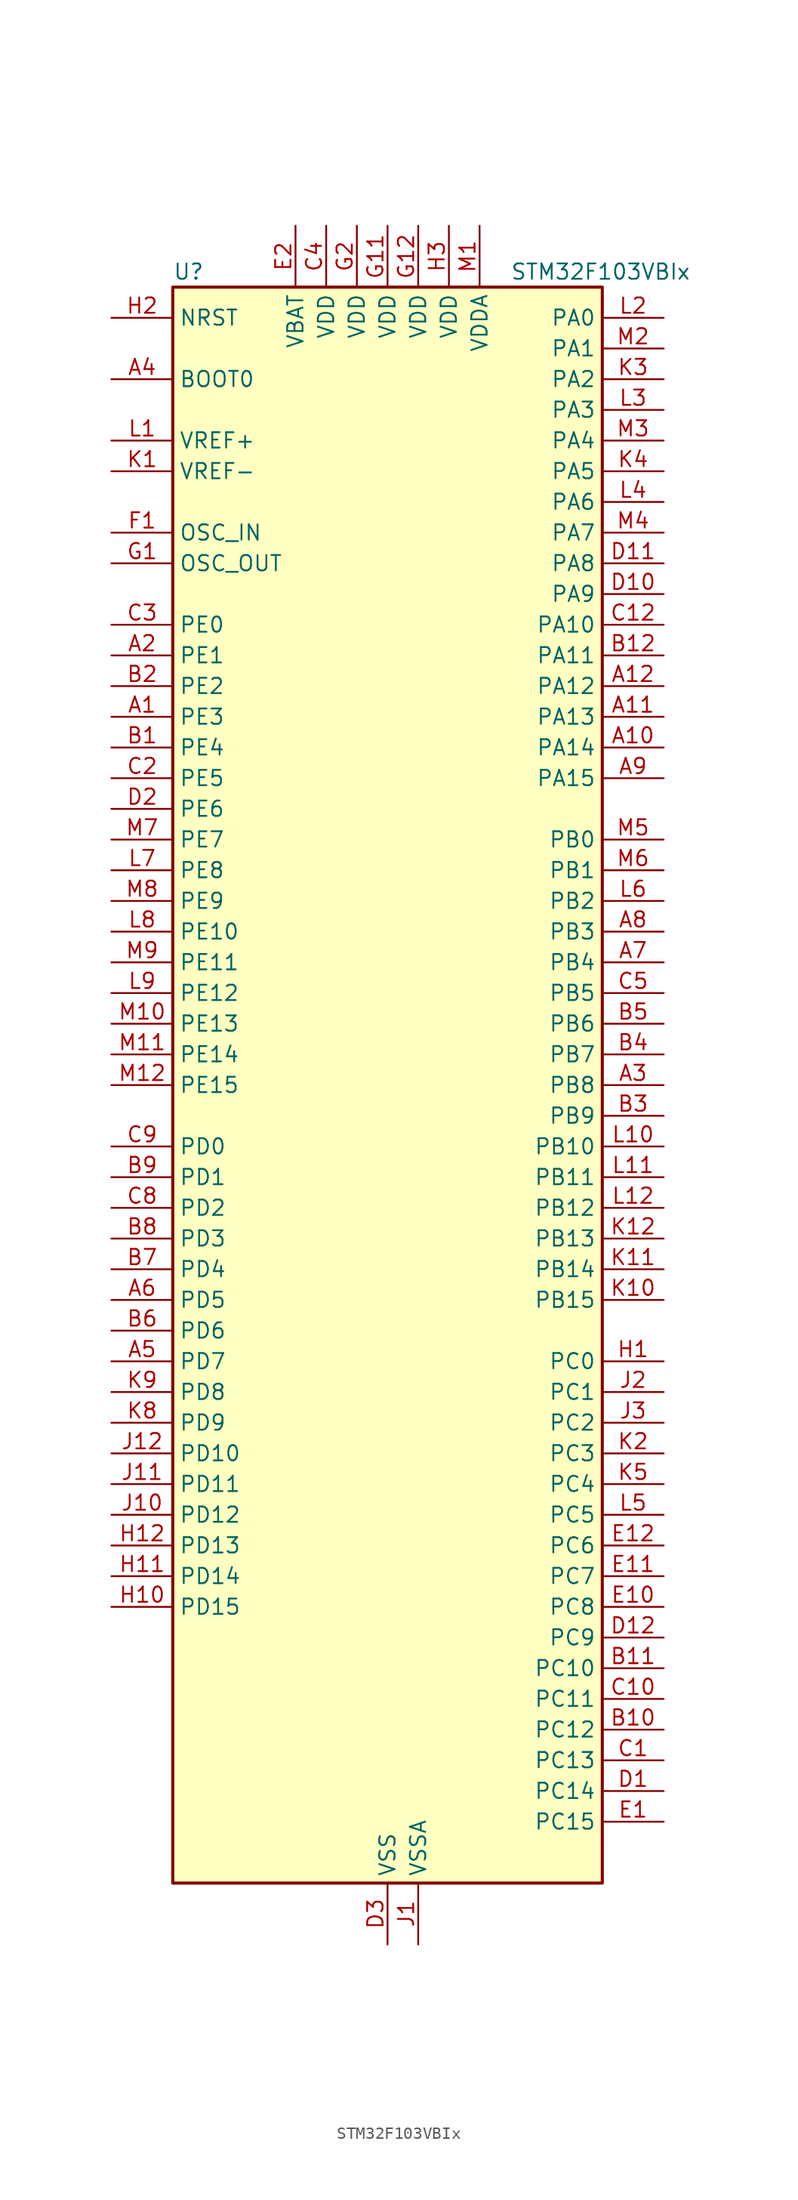
<source format=kicad_sym>
(kicad_symbol_lib
  (version 20220914)
  (generator kicad_symbol_editor)
  (symbol "STM32F103VBIx"
    (property "Reference" "U"
      (at -17.78 67.31 0)
      (effects (font (size 1.27 1.27)) (justify left)))
    (property "Value" "STM32F103VBIx"
      (at 10.16 67.31 0)
      (effects (font (size 1.27 1.27)) (justify left)))
    (property "ki_locked" ""
      (at 0 0 0)
      (effects (font (size 1.27 1.27))))
    (symbol "STM32F103VBIx_0_1"
      (rectangle (start -17.78 -66.04) (end 17.78 66.04) (stroke (width 0.254) (type default)) (fill (type background))))
    (symbol "STM32F103VBIx_1_1"
      (pin bidirectional line (at -22.86 30.48 0) (length 5.08) (name "PE3" (effects (font (size 1.27 1.27)))) (number "A1" (effects (font (size 1.27 1.27)))) (alternate "SYS_TRACED0" bidirectional line))
      (pin bidirectional line (at 22.86 27.94 180) (length 5.08) (name "PA14" (effects (font (size 1.27 1.27)))) (number "A10" (effects (font (size 1.27 1.27)))) (alternate "SYS_JTCK-SWCLK" bidirectional line))
      (pin bidirectional line (at 22.86 30.48 180) (length 5.08) (name "PA13" (effects (font (size 1.27 1.27)))) (number "A11" (effects (font (size 1.27 1.27)))) (alternate "SYS_JTMS-SWDIO" bidirectional line))
      (pin bidirectional line (at 22.86 33.02 180) (length 5.08) (name "PA12" (effects (font (size 1.27 1.27)))) (number "A12" (effects (font (size 1.27 1.27)))) (alternate "CAN_TX" bidirectional line) (alternate "TIM1_ETR" bidirectional line) (alternate "USART1_RTS" bidirectional line) (alternate "USB_DP" bidirectional line))
      (pin bidirectional line (at -22.86 35.56 0) (length 5.08) (name "PE1" (effects (font (size 1.27 1.27)))) (number "A2" (effects (font (size 1.27 1.27)))))
      (pin bidirectional line (at 22.86 0 180) (length 5.08) (name "PB8" (effects (font (size 1.27 1.27)))) (number "A3" (effects (font (size 1.27 1.27)))) (alternate "CAN_RX" bidirectional line) (alternate "I2C1_SCL" bidirectional line) (alternate "TIM4_CH3" bidirectional line))
      (pin input line (at -22.86 58.42 0) (length 5.08) (name "BOOT0" (effects (font (size 1.27 1.27)))) (number "A4" (effects (font (size 1.27 1.27)))))
      (pin bidirectional line (at -22.86 -22.86 0) (length 5.08) (name "PD7" (effects (font (size 1.27 1.27)))) (number "A5" (effects (font (size 1.27 1.27)))) (alternate "USART2_CK" bidirectional line))
      (pin bidirectional line (at -22.86 -17.78 0) (length 5.08) (name "PD5" (effects (font (size 1.27 1.27)))) (number "A6" (effects (font (size 1.27 1.27)))) (alternate "USART2_TX" bidirectional line))
      (pin bidirectional line (at 22.86 10.16 180) (length 5.08) (name "PB4" (effects (font (size 1.27 1.27)))) (number "A7" (effects (font (size 1.27 1.27)))) (alternate "SPI1_MISO" bidirectional line) (alternate "SYS_NJTRST" bidirectional line) (alternate "TIM3_CH1" bidirectional line))
      (pin bidirectional line (at 22.86 12.7 180) (length 5.08) (name "PB3" (effects (font (size 1.27 1.27)))) (number "A8" (effects (font (size 1.27 1.27)))) (alternate "SPI1_SCK" bidirectional line) (alternate "SYS_JTDO-TRACESWO" bidirectional line) (alternate "TIM2_CH2" bidirectional line))
      (pin bidirectional line (at 22.86 25.4 180) (length 5.08) (name "PA15" (effects (font (size 1.27 1.27)))) (number "A9" (effects (font (size 1.27 1.27)))) (alternate "ADC1_EXTI15" bidirectional line) (alternate "ADC2_EXTI15" bidirectional line) (alternate "SPI1_NSS" bidirectional line) (alternate "SYS_JTDI" bidirectional line) (alternate "TIM2_CH1" bidirectional line) (alternate "TIM2_ETR" bidirectional line))
      (pin bidirectional line (at -22.86 27.94 0) (length 5.08) (name "PE4" (effects (font (size 1.27 1.27)))) (number "B1" (effects (font (size 1.27 1.27)))) (alternate "SYS_TRACED1" bidirectional line))
      (pin bidirectional line (at 22.86 -53.34 180) (length 5.08) (name "PC12" (effects (font (size 1.27 1.27)))) (number "B10" (effects (font (size 1.27 1.27)))) (alternate "USART3_CK" bidirectional line))
      (pin bidirectional line (at 22.86 -48.26 180) (length 5.08) (name "PC10" (effects (font (size 1.27 1.27)))) (number "B11" (effects (font (size 1.27 1.27)))) (alternate "USART3_TX" bidirectional line))
      (pin bidirectional line (at 22.86 35.56 180) (length 5.08) (name "PA11" (effects (font (size 1.27 1.27)))) (number "B12" (effects (font (size 1.27 1.27)))) (alternate "ADC1_EXTI11" bidirectional line) (alternate "ADC2_EXTI11" bidirectional line) (alternate "CAN_RX" bidirectional line) (alternate "TIM1_CH4" bidirectional line) (alternate "USART1_CTS" bidirectional line) (alternate "USB_DM" bidirectional line))
      (pin bidirectional line (at -22.86 33.02 0) (length 5.08) (name "PE2" (effects (font (size 1.27 1.27)))) (number "B2" (effects (font (size 1.27 1.27)))) (alternate "SYS_TRACECLK" bidirectional line))
      (pin bidirectional line (at 22.86 -2.54 180) (length 5.08) (name "PB9" (effects (font (size 1.27 1.27)))) (number "B3" (effects (font (size 1.27 1.27)))) (alternate "CAN_TX" bidirectional line) (alternate "I2C1_SDA" bidirectional line) (alternate "TIM4_CH4" bidirectional line))
      (pin bidirectional line (at 22.86 2.54 180) (length 5.08) (name "PB7" (effects (font (size 1.27 1.27)))) (number "B4" (effects (font (size 1.27 1.27)))) (alternate "I2C1_SDA" bidirectional line) (alternate "TIM4_CH2" bidirectional line) (alternate "USART1_RX" bidirectional line))
      (pin bidirectional line (at 22.86 5.08 180) (length 5.08) (name "PB6" (effects (font (size 1.27 1.27)))) (number "B5" (effects (font (size 1.27 1.27)))) (alternate "I2C1_SCL" bidirectional line) (alternate "TIM4_CH1" bidirectional line) (alternate "USART1_TX" bidirectional line))
      (pin bidirectional line (at -22.86 -20.32 0) (length 5.08) (name "PD6" (effects (font (size 1.27 1.27)))) (number "B6" (effects (font (size 1.27 1.27)))) (alternate "USART2_RX" bidirectional line))
      (pin bidirectional line (at -22.86 -15.24 0) (length 5.08) (name "PD4" (effects (font (size 1.27 1.27)))) (number "B7" (effects (font (size 1.27 1.27)))) (alternate "USART2_RTS" bidirectional line))
      (pin bidirectional line (at -22.86 -12.7 0) (length 5.08) (name "PD3" (effects (font (size 1.27 1.27)))) (number "B8" (effects (font (size 1.27 1.27)))) (alternate "USART2_CTS" bidirectional line))
      (pin bidirectional line (at -22.86 -7.62 0) (length 5.08) (name "PD1" (effects (font (size 1.27 1.27)))) (number "B9" (effects (font (size 1.27 1.27)))) (alternate "CAN_TX" bidirectional line))
      (pin bidirectional line (at 22.86 -55.88 180) (length 5.08) (name "PC13" (effects (font (size 1.27 1.27)))) (number "C1" (effects (font (size 1.27 1.27)))) (alternate "RTC_OUT" bidirectional line) (alternate "RTC_TAMPER" bidirectional line))
      (pin bidirectional line (at 22.86 -50.8 180) (length 5.08) (name "PC11" (effects (font (size 1.27 1.27)))) (number "C10" (effects (font (size 1.27 1.27)))) (alternate "ADC1_EXTI11" bidirectional line) (alternate "ADC2_EXTI11" bidirectional line) (alternate "USART3_RX" bidirectional line))
      (pin no_connect line (at -17.78 -66.04 0) (length 5.08) hide (name "NC" (effects (font (size 1.27 1.27)))) (number "C11" (effects (font (size 1.27 1.27)))))
      (pin bidirectional line (at 22.86 38.1 180) (length 5.08) (name "PA10" (effects (font (size 1.27 1.27)))) (number "C12" (effects (font (size 1.27 1.27)))) (alternate "TIM1_CH3" bidirectional line) (alternate "USART1_RX" bidirectional line))
      (pin bidirectional line (at -22.86 25.4 0) (length 5.08) (name "PE5" (effects (font (size 1.27 1.27)))) (number "C2" (effects (font (size 1.27 1.27)))) (alternate "SYS_TRACED2" bidirectional line))
      (pin bidirectional line (at -22.86 38.1 0) (length 5.08) (name "PE0" (effects (font (size 1.27 1.27)))) (number "C3" (effects (font (size 1.27 1.27)))) (alternate "TIM4_ETR" bidirectional line))
      (pin power_in line (at -5.08 71.12 270) (length 5.08) (name "VDD" (effects (font (size 1.27 1.27)))) (number "C4" (effects (font (size 1.27 1.27)))))
      (pin bidirectional line (at 22.86 7.62 180) (length 5.08) (name "PB5" (effects (font (size 1.27 1.27)))) (number "C5" (effects (font (size 1.27 1.27)))) (alternate "I2C1_SMBA" bidirectional line) (alternate "SPI1_MOSI" bidirectional line) (alternate "TIM3_CH2" bidirectional line))
      (pin bidirectional line (at -22.86 -10.16 0) (length 5.08) (name "PD2" (effects (font (size 1.27 1.27)))) (number "C8" (effects (font (size 1.27 1.27)))) (alternate "TIM3_ETR" bidirectional line))
      (pin bidirectional line (at -22.86 -5.08 0) (length 5.08) (name "PD0" (effects (font (size 1.27 1.27)))) (number "C9" (effects (font (size 1.27 1.27)))) (alternate "CAN_RX" bidirectional line))
      (pin bidirectional line (at 22.86 -58.42 180) (length 5.08) (name "PC14" (effects (font (size 1.27 1.27)))) (number "D1" (effects (font (size 1.27 1.27)))) (alternate "RCC_OSC32_IN" bidirectional line))
      (pin bidirectional line (at 22.86 40.64 180) (length 5.08) (name "PA9" (effects (font (size 1.27 1.27)))) (number "D10" (effects (font (size 1.27 1.27)))) (alternate "TIM1_CH2" bidirectional line) (alternate "USART1_TX" bidirectional line))
      (pin bidirectional line (at 22.86 43.18 180) (length 5.08) (name "PA8" (effects (font (size 1.27 1.27)))) (number "D11" (effects (font (size 1.27 1.27)))) (alternate "RCC_MCO" bidirectional line) (alternate "TIM1_CH1" bidirectional line) (alternate "USART1_CK" bidirectional line))
      (pin bidirectional line (at 22.86 -45.72 180) (length 5.08) (name "PC9" (effects (font (size 1.27 1.27)))) (number "D12" (effects (font (size 1.27 1.27)))) (alternate "TIM3_CH4" bidirectional line))
      (pin bidirectional line (at -22.86 22.86 0) (length 5.08) (name "PE6" (effects (font (size 1.27 1.27)))) (number "D2" (effects (font (size 1.27 1.27)))) (alternate "SYS_TRACED3" bidirectional line))
      (pin power_in line (at 0 -71.12 90) (length 5.08) (name "VSS" (effects (font (size 1.27 1.27)))) (number "D3" (effects (font (size 1.27 1.27)))))
      (pin bidirectional line (at 22.86 -60.96 180) (length 5.08) (name "PC15" (effects (font (size 1.27 1.27)))) (number "E1" (effects (font (size 1.27 1.27)))) (alternate "ADC1_EXTI15" bidirectional line) (alternate "ADC2_EXTI15" bidirectional line) (alternate "RCC_OSC32_OUT" bidirectional line))
      (pin bidirectional line (at 22.86 -43.18 180) (length 5.08) (name "PC8" (effects (font (size 1.27 1.27)))) (number "E10" (effects (font (size 1.27 1.27)))) (alternate "TIM3_CH3" bidirectional line))
      (pin bidirectional line (at 22.86 -40.64 180) (length 5.08) (name "PC7" (effects (font (size 1.27 1.27)))) (number "E11" (effects (font (size 1.27 1.27)))) (alternate "TIM3_CH2" bidirectional line))
      (pin bidirectional line (at 22.86 -38.1 180) (length 5.08) (name "PC6" (effects (font (size 1.27 1.27)))) (number "E12" (effects (font (size 1.27 1.27)))) (alternate "TIM3_CH1" bidirectional line))
      (pin power_in line (at -7.62 71.12 270) (length 5.08) (name "VBAT" (effects (font (size 1.27 1.27)))) (number "E2" (effects (font (size 1.27 1.27)))))
      (pin passive line (at 0 -71.12 90) (length 5.08) hide (name "VSS" (effects (font (size 1.27 1.27)))) (number "E3" (effects (font (size 1.27 1.27)))))
      (pin input line (at -22.86 45.72 0) (length 5.08) (name "OSC_IN" (effects (font (size 1.27 1.27)))) (number "F1" (effects (font (size 1.27 1.27)))) (alternate "RCC_OSC_IN" bidirectional line))
      (pin passive line (at 0 -71.12 90) (length 5.08) hide (name "VSS" (effects (font (size 1.27 1.27)))) (number "F11" (effects (font (size 1.27 1.27)))))
      (pin passive line (at 0 -71.12 90) (length 5.08) hide (name "VSS" (effects (font (size 1.27 1.27)))) (number "F12" (effects (font (size 1.27 1.27)))))
      (pin passive line (at 0 -71.12 90) (length 5.08) hide (name "VSS" (effects (font (size 1.27 1.27)))) (number "F2" (effects (font (size 1.27 1.27)))))
      (pin input line (at -22.86 43.18 0) (length 5.08) (name "OSC_OUT" (effects (font (size 1.27 1.27)))) (number "G1" (effects (font (size 1.27 1.27)))) (alternate "RCC_OSC_OUT" bidirectional line))
      (pin power_in line (at 0 71.12 270) (length 5.08) (name "VDD" (effects (font (size 1.27 1.27)))) (number "G11" (effects (font (size 1.27 1.27)))))
      (pin power_in line (at 2.54 71.12 270) (length 5.08) (name "VDD" (effects (font (size 1.27 1.27)))) (number "G12" (effects (font (size 1.27 1.27)))))
      (pin power_in line (at -2.54 71.12 270) (length 5.08) (name "VDD" (effects (font (size 1.27 1.27)))) (number "G2" (effects (font (size 1.27 1.27)))))
      (pin bidirectional line (at 22.86 -22.86 180) (length 5.08) (name "PC0" (effects (font (size 1.27 1.27)))) (number "H1" (effects (font (size 1.27 1.27)))) (alternate "ADC1_IN10" bidirectional line) (alternate "ADC2_IN10" bidirectional line))
      (pin bidirectional line (at -22.86 -43.18 0) (length 5.08) (name "PD15" (effects (font (size 1.27 1.27)))) (number "H10" (effects (font (size 1.27 1.27)))) (alternate "ADC1_EXTI15" bidirectional line) (alternate "ADC2_EXTI15" bidirectional line) (alternate "TIM4_CH4" bidirectional line))
      (pin bidirectional line (at -22.86 -40.64 0) (length 5.08) (name "PD14" (effects (font (size 1.27 1.27)))) (number "H11" (effects (font (size 1.27 1.27)))) (alternate "TIM4_CH3" bidirectional line))
      (pin bidirectional line (at -22.86 -38.1 0) (length 5.08) (name "PD13" (effects (font (size 1.27 1.27)))) (number "H12" (effects (font (size 1.27 1.27)))) (alternate "TIM4_CH2" bidirectional line))
      (pin input line (at -22.86 63.5 0) (length 5.08) (name "NRST" (effects (font (size 1.27 1.27)))) (number "H2" (effects (font (size 1.27 1.27)))))
      (pin power_in line (at 5.08 71.12 270) (length 5.08) (name "VDD" (effects (font (size 1.27 1.27)))) (number "H3" (effects (font (size 1.27 1.27)))))
      (pin power_in line (at 2.54 -71.12 90) (length 5.08) (name "VSSA" (effects (font (size 1.27 1.27)))) (number "J1" (effects (font (size 1.27 1.27)))))
      (pin bidirectional line (at -22.86 -35.56 0) (length 5.08) (name "PD12" (effects (font (size 1.27 1.27)))) (number "J10" (effects (font (size 1.27 1.27)))) (alternate "TIM4_CH1" bidirectional line) (alternate "USART3_RTS" bidirectional line))
      (pin bidirectional line (at -22.86 -33.02 0) (length 5.08) (name "PD11" (effects (font (size 1.27 1.27)))) (number "J11" (effects (font (size 1.27 1.27)))) (alternate "ADC1_EXTI11" bidirectional line) (alternate "ADC2_EXTI11" bidirectional line) (alternate "USART3_CTS" bidirectional line))
      (pin bidirectional line (at -22.86 -30.48 0) (length 5.08) (name "PD10" (effects (font (size 1.27 1.27)))) (number "J12" (effects (font (size 1.27 1.27)))) (alternate "USART3_CK" bidirectional line))
      (pin bidirectional line (at 22.86 -25.4 180) (length 5.08) (name "PC1" (effects (font (size 1.27 1.27)))) (number "J2" (effects (font (size 1.27 1.27)))) (alternate "ADC1_IN11" bidirectional line) (alternate "ADC2_IN11" bidirectional line))
      (pin bidirectional line (at 22.86 -27.94 180) (length 5.08) (name "PC2" (effects (font (size 1.27 1.27)))) (number "J3" (effects (font (size 1.27 1.27)))) (alternate "ADC1_IN12" bidirectional line) (alternate "ADC2_IN12" bidirectional line))
      (pin input line (at -22.86 50.8 0) (length 5.08) (name "VREF-" (effects (font (size 1.27 1.27)))) (number "K1" (effects (font (size 1.27 1.27)))))
      (pin bidirectional line (at 22.86 -17.78 180) (length 5.08) (name "PB15" (effects (font (size 1.27 1.27)))) (number "K10" (effects (font (size 1.27 1.27)))) (alternate "ADC1_EXTI15" bidirectional line) (alternate "ADC2_EXTI15" bidirectional line) (alternate "SPI2_MOSI" bidirectional line) (alternate "TIM1_CH3N" bidirectional line))
      (pin bidirectional line (at 22.86 -15.24 180) (length 5.08) (name "PB14" (effects (font (size 1.27 1.27)))) (number "K11" (effects (font (size 1.27 1.27)))) (alternate "SPI2_MISO" bidirectional line) (alternate "TIM1_CH2N" bidirectional line) (alternate "USART3_RTS" bidirectional line))
      (pin bidirectional line (at 22.86 -12.7 180) (length 5.08) (name "PB13" (effects (font (size 1.27 1.27)))) (number "K12" (effects (font (size 1.27 1.27)))) (alternate "SPI2_SCK" bidirectional line) (alternate "TIM1_CH1N" bidirectional line) (alternate "USART3_CTS" bidirectional line))
      (pin bidirectional line (at 22.86 -30.48 180) (length 5.08) (name "PC3" (effects (font (size 1.27 1.27)))) (number "K2" (effects (font (size 1.27 1.27)))) (alternate "ADC1_IN13" bidirectional line) (alternate "ADC2_IN13" bidirectional line))
      (pin bidirectional line (at 22.86 58.42 180) (length 5.08) (name "PA2" (effects (font (size 1.27 1.27)))) (number "K3" (effects (font (size 1.27 1.27)))) (alternate "ADC1_IN2" bidirectional line) (alternate "ADC2_IN2" bidirectional line) (alternate "TIM2_CH3" bidirectional line) (alternate "USART2_TX" bidirectional line))
      (pin bidirectional line (at 22.86 50.8 180) (length 5.08) (name "PA5" (effects (font (size 1.27 1.27)))) (number "K4" (effects (font (size 1.27 1.27)))) (alternate "ADC1_IN5" bidirectional line) (alternate "ADC2_IN5" bidirectional line) (alternate "SPI1_SCK" bidirectional line))
      (pin bidirectional line (at 22.86 -33.02 180) (length 5.08) (name "PC4" (effects (font (size 1.27 1.27)))) (number "K5" (effects (font (size 1.27 1.27)))) (alternate "ADC1_IN14" bidirectional line) (alternate "ADC2_IN14" bidirectional line))
      (pin bidirectional line (at -22.86 -27.94 0) (length 5.08) (name "PD9" (effects (font (size 1.27 1.27)))) (number "K8" (effects (font (size 1.27 1.27)))) (alternate "USART3_RX" bidirectional line))
      (pin bidirectional line (at -22.86 -25.4 0) (length 5.08) (name "PD8" (effects (font (size 1.27 1.27)))) (number "K9" (effects (font (size 1.27 1.27)))) (alternate "USART3_TX" bidirectional line))
      (pin input line (at -22.86 53.34 0) (length 5.08) (name "VREF+" (effects (font (size 1.27 1.27)))) (number "L1" (effects (font (size 1.27 1.27)))))
      (pin bidirectional line (at 22.86 -5.08 180) (length 5.08) (name "PB10" (effects (font (size 1.27 1.27)))) (number "L10" (effects (font (size 1.27 1.27)))) (alternate "I2C2_SCL" bidirectional line) (alternate "TIM2_CH3" bidirectional line) (alternate "USART3_TX" bidirectional line))
      (pin bidirectional line (at 22.86 -7.62 180) (length 5.08) (name "PB11" (effects (font (size 1.27 1.27)))) (number "L11" (effects (font (size 1.27 1.27)))) (alternate "ADC1_EXTI11" bidirectional line) (alternate "ADC2_EXTI11" bidirectional line) (alternate "I2C2_SDA" bidirectional line) (alternate "TIM2_CH4" bidirectional line) (alternate "USART3_RX" bidirectional line))
      (pin bidirectional line (at 22.86 -10.16 180) (length 5.08) (name "PB12" (effects (font (size 1.27 1.27)))) (number "L12" (effects (font (size 1.27 1.27)))) (alternate "I2C2_SMBA" bidirectional line) (alternate "SPI2_NSS" bidirectional line) (alternate "TIM1_BKIN" bidirectional line) (alternate "USART3_CK" bidirectional line))
      (pin bidirectional line (at 22.86 63.5 180) (length 5.08) (name "PA0" (effects (font (size 1.27 1.27)))) (number "L2" (effects (font (size 1.27 1.27)))) (alternate "ADC1_IN0" bidirectional line) (alternate "ADC2_IN0" bidirectional line) (alternate "SYS_WKUP" bidirectional line) (alternate "TIM2_CH1" bidirectional line) (alternate "TIM2_ETR" bidirectional line) (alternate "USART2_CTS" bidirectional line))
      (pin bidirectional line (at 22.86 55.88 180) (length 5.08) (name "PA3" (effects (font (size 1.27 1.27)))) (number "L3" (effects (font (size 1.27 1.27)))) (alternate "ADC1_IN3" bidirectional line) (alternate "ADC2_IN3" bidirectional line) (alternate "TIM2_CH4" bidirectional line) (alternate "USART2_RX" bidirectional line))
      (pin bidirectional line (at 22.86 48.26 180) (length 5.08) (name "PA6" (effects (font (size 1.27 1.27)))) (number "L4" (effects (font (size 1.27 1.27)))) (alternate "ADC1_IN6" bidirectional line) (alternate "ADC2_IN6" bidirectional line) (alternate "SPI1_MISO" bidirectional line) (alternate "TIM1_BKIN" bidirectional line) (alternate "TIM3_CH1" bidirectional line))
      (pin bidirectional line (at 22.86 -35.56 180) (length 5.08) (name "PC5" (effects (font (size 1.27 1.27)))) (number "L5" (effects (font (size 1.27 1.27)))) (alternate "ADC1_IN15" bidirectional line) (alternate "ADC2_IN15" bidirectional line))
      (pin bidirectional line (at 22.86 15.24 180) (length 5.08) (name "PB2" (effects (font (size 1.27 1.27)))) (number "L6" (effects (font (size 1.27 1.27)))))
      (pin bidirectional line (at -22.86 17.78 0) (length 5.08) (name "PE8" (effects (font (size 1.27 1.27)))) (number "L7" (effects (font (size 1.27 1.27)))) (alternate "TIM1_CH1N" bidirectional line))
      (pin bidirectional line (at -22.86 12.7 0) (length 5.08) (name "PE10" (effects (font (size 1.27 1.27)))) (number "L8" (effects (font (size 1.27 1.27)))) (alternate "TIM1_CH2N" bidirectional line))
      (pin bidirectional line (at -22.86 7.62 0) (length 5.08) (name "PE12" (effects (font (size 1.27 1.27)))) (number "L9" (effects (font (size 1.27 1.27)))) (alternate "TIM1_CH3N" bidirectional line))
      (pin power_in line (at 7.62 71.12 270) (length 5.08) (name "VDDA" (effects (font (size 1.27 1.27)))) (number "M1" (effects (font (size 1.27 1.27)))))
      (pin bidirectional line (at -22.86 5.08 0) (length 5.08) (name "PE13" (effects (font (size 1.27 1.27)))) (number "M10" (effects (font (size 1.27 1.27)))) (alternate "TIM1_CH3" bidirectional line))
      (pin bidirectional line (at -22.86 2.54 0) (length 5.08) (name "PE14" (effects (font (size 1.27 1.27)))) (number "M11" (effects (font (size 1.27 1.27)))) (alternate "TIM1_CH4" bidirectional line))
      (pin bidirectional line (at -22.86 0 0) (length 5.08) (name "PE15" (effects (font (size 1.27 1.27)))) (number "M12" (effects (font (size 1.27 1.27)))) (alternate "ADC1_EXTI15" bidirectional line) (alternate "ADC2_EXTI15" bidirectional line) (alternate "TIM1_BKIN" bidirectional line))
      (pin bidirectional line (at 22.86 60.96 180) (length 5.08) (name "PA1" (effects (font (size 1.27 1.27)))) (number "M2" (effects (font (size 1.27 1.27)))) (alternate "ADC1_IN1" bidirectional line) (alternate "ADC2_IN1" bidirectional line) (alternate "TIM2_CH2" bidirectional line) (alternate "USART2_RTS" bidirectional line))
      (pin bidirectional line (at 22.86 53.34 180) (length 5.08) (name "PA4" (effects (font (size 1.27 1.27)))) (number "M3" (effects (font (size 1.27 1.27)))) (alternate "ADC1_IN4" bidirectional line) (alternate "ADC2_IN4" bidirectional line) (alternate "SPI1_NSS" bidirectional line) (alternate "USART2_CK" bidirectional line))
      (pin bidirectional line (at 22.86 45.72 180) (length 5.08) (name "PA7" (effects (font (size 1.27 1.27)))) (number "M4" (effects (font (size 1.27 1.27)))) (alternate "ADC1_IN7" bidirectional line) (alternate "ADC2_IN7" bidirectional line) (alternate "SPI1_MOSI" bidirectional line) (alternate "TIM1_CH1N" bidirectional line) (alternate "TIM3_CH2" bidirectional line))
      (pin bidirectional line (at 22.86 20.32 180) (length 5.08) (name "PB0" (effects (font (size 1.27 1.27)))) (number "M5" (effects (font (size 1.27 1.27)))) (alternate "ADC1_IN8" bidirectional line) (alternate "ADC2_IN8" bidirectional line) (alternate "TIM1_CH2N" bidirectional line) (alternate "TIM3_CH3" bidirectional line))
      (pin bidirectional line (at 22.86 17.78 180) (length 5.08) (name "PB1" (effects (font (size 1.27 1.27)))) (number "M6" (effects (font (size 1.27 1.27)))) (alternate "ADC1_IN9" bidirectional line) (alternate "ADC2_IN9" bidirectional line) (alternate "TIM1_CH3N" bidirectional line) (alternate "TIM3_CH4" bidirectional line))
      (pin bidirectional line (at -22.86 20.32 0) (length 5.08) (name "PE7" (effects (font (size 1.27 1.27)))) (number "M7" (effects (font (size 1.27 1.27)))) (alternate "TIM1_ETR" bidirectional line))
      (pin bidirectional line (at -22.86 15.24 0) (length 5.08) (name "PE9" (effects (font (size 1.27 1.27)))) (number "M8" (effects (font (size 1.27 1.27)))) (alternate "TIM1_CH1" bidirectional line))
      (pin bidirectional line (at -22.86 10.16 0) (length 5.08) (name "PE11" (effects (font (size 1.27 1.27)))) (number "M9" (effects (font (size 1.27 1.27)))) (alternate "ADC1_EXTI11" bidirectional line) (alternate "ADC2_EXTI11" bidirectional line) (alternate "TIM1_CH2" bidirectional line)))))
</source>
